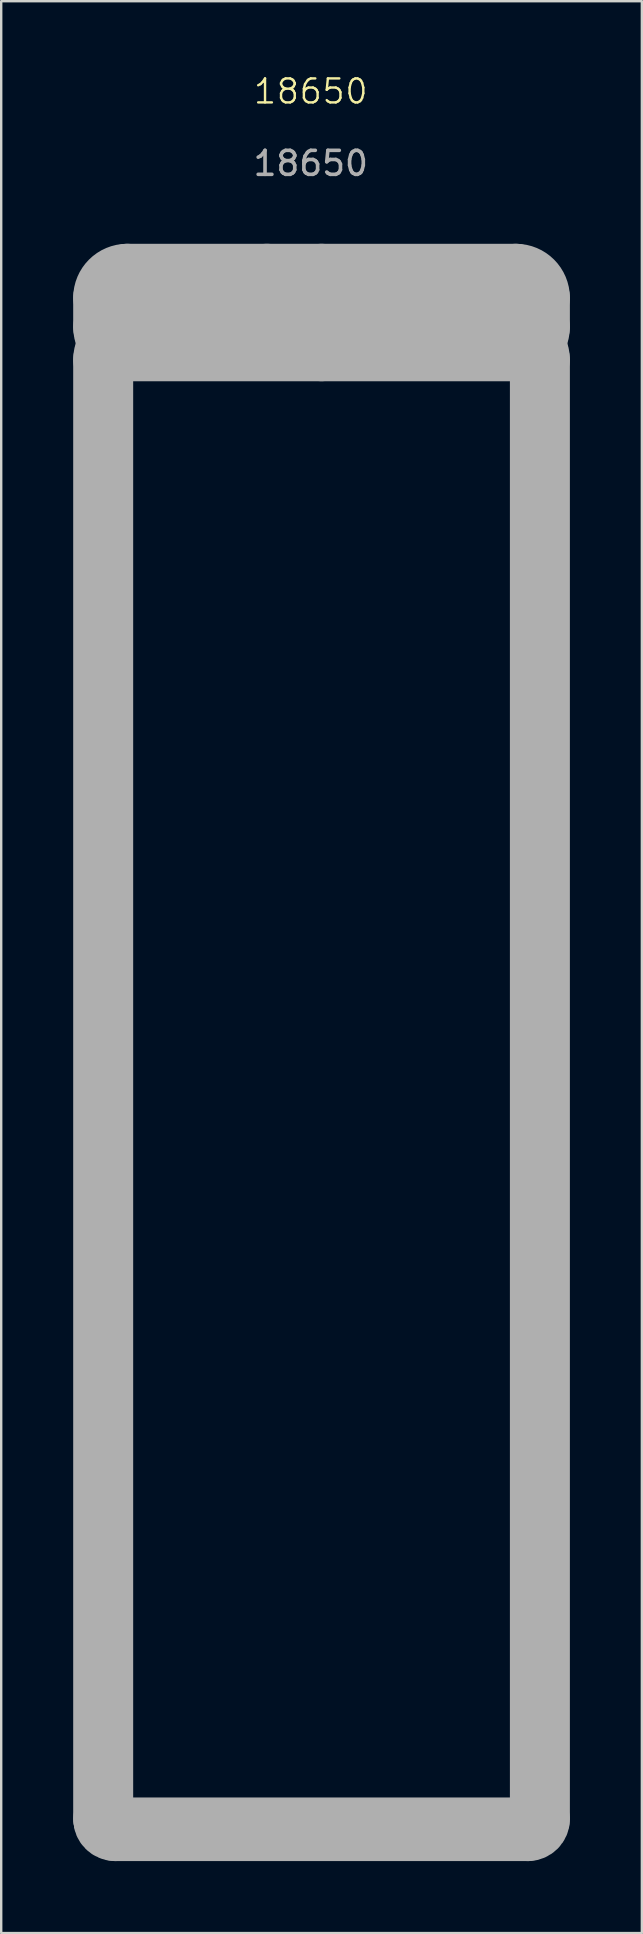
<source format=kicad_pcb>
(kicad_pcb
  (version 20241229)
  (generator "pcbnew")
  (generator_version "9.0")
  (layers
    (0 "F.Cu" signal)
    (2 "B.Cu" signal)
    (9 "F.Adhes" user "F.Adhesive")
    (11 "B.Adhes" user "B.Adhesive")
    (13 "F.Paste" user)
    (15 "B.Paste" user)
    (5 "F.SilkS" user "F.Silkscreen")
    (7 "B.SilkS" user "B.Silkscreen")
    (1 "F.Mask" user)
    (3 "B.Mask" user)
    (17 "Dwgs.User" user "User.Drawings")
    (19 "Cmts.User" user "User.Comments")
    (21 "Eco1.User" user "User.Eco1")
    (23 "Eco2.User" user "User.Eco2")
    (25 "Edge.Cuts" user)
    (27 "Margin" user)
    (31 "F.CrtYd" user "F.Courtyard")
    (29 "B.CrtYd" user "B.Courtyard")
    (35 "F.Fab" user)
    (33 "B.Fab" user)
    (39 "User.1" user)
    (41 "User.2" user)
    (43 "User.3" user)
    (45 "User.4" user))
  (footprint "18650"
    (layer "F.Cu")
    (at 9.9 1.26)
    (property "Reference" "18650" (at 0 -0.5 0) (unlocked yes) (layer "F.SilkS") (effects (font (size 1 1) (thickness 0.1))))
    (attr smd exclude_from_pos_files exclude_from_bom)
    (fp_line (start -8.65 8.1) (end -8.65 9.322) (stroke (width 2.5) (type default)) (layer "F.Fab"))
    (fp_line (start -8.65 9.322) (end 0.45 9.322) (stroke (width 1.8) (type default)) (layer "F.Fab"))
    (fp_line (start -8.65 10.678) (end -8.65 71.5) (stroke (width 2.5) (type default)) (layer "F.Fab"))
    (fp_line (start -8.65 71.5) (end 9.55 71.5) (stroke (width 1.8) (type default)) (layer "F.Fab"))
    (fp_line (start -8.557 9.743) (end -8.65 9.322) (stroke (width 1.8) (type default)) (layer "F.Fab"))
    (fp_line (start -8.557 10.257) (end -8.65 10.678) (stroke (width 1.8) (type default)) (layer "F.Fab"))
    (fp_line (start -8.557 10.257) (end 0.45 10.257) (stroke (width 1.8) (type default)) (layer "F.Fab"))
    (fp_line (start -7.65 7.1) (end 0.45 7.1) (stroke (width 2.5) (type default)) (layer "F.Fab"))
    (fp_line (start -1.837 7.1) (end -1.815 7.1) (stroke (width 2.5) (type default)) (layer "F.Fab"))
    (fp_line (start 0.45 7.1) (end 8.55 7.1) (stroke (width 2.5) (type default)) (layer "F.Fab"))
    (fp_line (start 0.45 8.1) (end -8.65 8.1) (stroke (width 1.8) (type default)) (layer "F.Fab"))
    (fp_line (start 0.45 9.322) (end 9.55 9.322) (stroke (width 1.8) (type default)) (layer "F.Fab"))
    (fp_line (start 0.45 10.257) (end 9.457 10.257) (stroke (width 1.8) (type default)) (layer "F.Fab"))
    (fp_line (start 0.45 10.678) (end -8.65 10.678) (stroke (width 1.8) (type default)) (layer "F.Fab"))
    (fp_line (start 9.05 72) (end -8.15 72) (stroke (width 2.5) (type default)) (layer "F.Fab"))
    (fp_line (start 9.457 9.743) (end -8.557 9.743) (stroke (width 1.8) (type default)) (layer "F.Fab"))
    (fp_line (start 9.55 8.1) (end 0.45 8.1) (stroke (width 1.8) (type default)) (layer "F.Fab"))
    (fp_line (start 9.55 9.322) (end 9.55 8.1) (stroke (width 2.5) (type default)) (layer "F.Fab"))
    (fp_line (start 9.55 10.678) (end 0.45 10.678) (stroke (width 1.8) (type default)) (layer "F.Fab"))
    (fp_line (start 9.55 10.678) (end 9.457 9.743) (stroke (width 1.8) (type default)) (layer "F.Fab"))
    (fp_line (start 9.55 71.5) (end 9.55 10.675) (stroke (width 2.5) (type default)) (layer "F.Fab"))
    (fp_arc (start -8.65 8.1) (mid -8.357107 7.392893) (end -7.65 7.1) (stroke (width 2.5) (type default)) (layer "F.Fab"))
    (fp_arc (start -8.65 10.6782) (mid -8.626402 10.462273) (end -8.556736 10.256534) (stroke (width 2.5) (type default)) (layer "F.Fab"))
    (fp_arc (start -8.556736 9.743466) (mid -8.626406 9.537677) (end -8.65 9.3217) (stroke (width 2.5) (type default)) (layer "F.Fab"))
    (fp_arc (start -8.556736 9.743466) (mid -8.499997 10) (end -8.556736 10.256534) (stroke (width 2.5) (type default)) (layer "F.Fab"))
    (fp_arc (start -8.15 72) (mid -8.503553 71.853553) (end -8.65 71.5) (stroke (width 2.5) (type default)) (layer "F.Fab"))
    (fp_arc (start 8.55 7.1) (mid 9.257107 7.392893) (end 9.55 8.1) (stroke (width 2.5) (type default)) (layer "F.Fab"))
    (fp_arc (start 9.456734 10.256534) (mid 9.525992 10.460497) (end 9.55 10.674558) (stroke (width 2.5) (type default)) (layer "F.Fab"))
    (fp_arc (start 9.456736 10.256534) (mid 9.399997 10) (end 9.456736 9.743466) (stroke (width 2.5) (type default)) (layer "F.Fab"))
    (fp_arc (start 9.55 9.3218) (mid 9.526402 9.537727) (end 9.456736 9.743466) (stroke (width 2.5) (type default)) (layer "F.Fab"))
    (fp_arc (start 9.55 71.5) (mid 9.403553 71.853553) (end 9.05 72) (stroke (width 2.5) (type default)) (layer "F.Fab"))
    (fp_text user "${REFERENCE}" (at 0 2.5 0) (unlocked yes) (layer "F.Fab") (effects (font (size 1 1) (thickness 0.15)))))
  (gr_rect
    (start -3 -3)
    (end 23.7 77.51)
    (stroke (width 0.1) (type default))
    (fill no)
    (layer "Edge.Cuts")))
</source>
